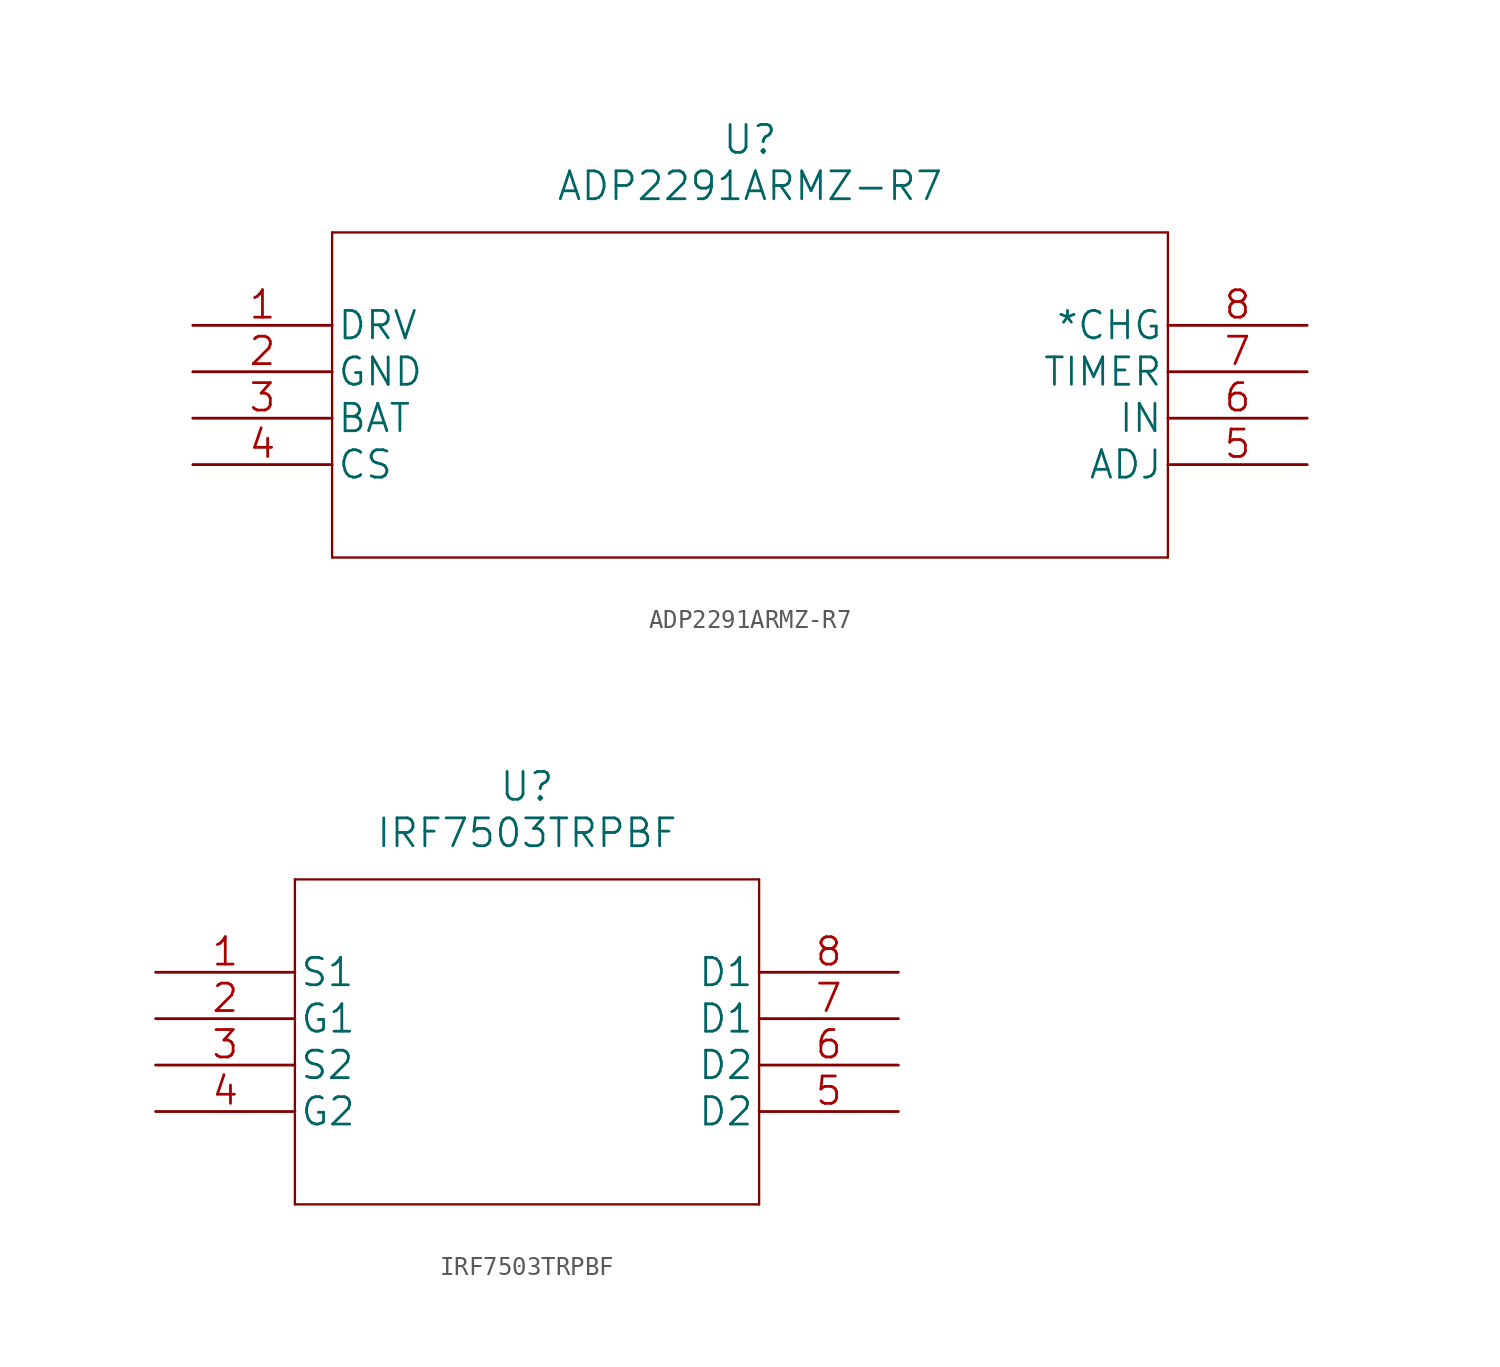
<source format=kicad_sym>
(kicad_symbol_lib
  (version 20211014)
  (generator kicad_symbol_editor)
  (symbol "ADP2291ARMZ-R7"
    (pin_names
      (offset 0.254))
    (property "Reference" "U"
      (at 30.48 10.16 0)
      (effects (font (size 1.524 1.524))))
    (property "Value" "ADP2291ARMZ-R7"
      (at 30.48 7.62 0)
      (effects (font (size 1.524 1.524))))
    (property "Datasheet" ""
      (at 0 0 0)
      (effects (font (size 1.524 1.524))))
    (property "ki_locked" ""
      (at 0 0 0)
      (effects (font (size 1.27 1.27))))
    (symbol "ADP2291ARMZ-R7_1_1"
      (polyline (pts (xy 7.62 -12.7) (xy 53.34 -12.7)) (stroke (width 0.127) (type default) (color 0 0 0 0)) (fill (type none)))
      (polyline (pts (xy 7.62 5.08) (xy 7.62 -12.7)) (stroke (width 0.127) (type default) (color 0 0 0 0)) (fill (type none)))
      (polyline (pts (xy 53.34 -12.7) (xy 53.34 5.08)) (stroke (width 0.127) (type default) (color 0 0 0 0)) (fill (type none)))
      (polyline (pts (xy 53.34 5.08) (xy 7.62 5.08)) (stroke (width 0.127) (type default) (color 0 0 0 0)) (fill (type none)))
      (pin output line (at 0 0 0) (length 7.62) (name "DRV" (effects (font (size 1.499 1.499)))) (number "1" (effects (font (size 1.499 1.499)))))
      (pin power_in line (at 0 -2.54 0) (length 7.62) (name "GND" (effects (font (size 1.499 1.499)))) (number "2" (effects (font (size 1.499 1.499)))))
      (pin input line (at 0 -5.08 0) (length 7.62) (name "BAT" (effects (font (size 1.499 1.499)))) (number "3" (effects (font (size 1.499 1.499)))))
      (pin input line (at 0 -7.62 0) (length 7.62) (name "CS" (effects (font (size 1.499 1.499)))) (number "4" (effects (font (size 1.499 1.499)))))
      (pin input line (at 60.96 -7.62 180) (length 7.62) (name "ADJ" (effects (font (size 1.499 1.499)))) (number "5" (effects (font (size 1.499 1.499)))))
      (pin input line (at 60.96 -5.08 180) (length 7.62) (name "IN" (effects (font (size 1.499 1.499)))) (number "6" (effects (font (size 1.499 1.499)))))
      (pin input line (at 60.96 -2.54 180) (length 7.62) (name "TIMER" (effects (font (size 1.499 1.499)))) (number "7" (effects (font (size 1.499 1.499)))))
      (pin output line (at 60.96 0 180) (length 7.62) (name "*CHG" (effects (font (size 1.499 1.499)))) (number "8" (effects (font (size 1.499 1.499)))))))
  (symbol "IRF7503TRPBF"
    (pin_names
      (offset 0.254))
    (property "Reference" "U"
      (at 20.32 10.16 0)
      (effects (font (size 1.524 1.524))))
    (property "Value" "IRF7503TRPBF"
      (at 20.32 7.62 0)
      (effects (font (size 1.524 1.524))))
    (property "Datasheet" ""
      (at 0 0 0)
      (effects (font (size 1.524 1.524))))
    (property "ki_locked" ""
      (at 0 0 0)
      (effects (font (size 1.27 1.27))))
    (symbol "IRF7503TRPBF_1_1"
      (polyline (pts (xy 7.62 -12.7) (xy 33.02 -12.7)) (stroke (width 0.127) (type default) (color 0 0 0 0)) (fill (type none)))
      (polyline (pts (xy 7.62 5.08) (xy 7.62 -12.7)) (stroke (width 0.127) (type default) (color 0 0 0 0)) (fill (type none)))
      (polyline (pts (xy 33.02 -12.7) (xy 33.02 5.08)) (stroke (width 0.127) (type default) (color 0 0 0 0)) (fill (type none)))
      (polyline (pts (xy 33.02 5.08) (xy 7.62 5.08)) (stroke (width 0.127) (type default) (color 0 0 0 0)) (fill (type none)))
      (pin unspecified line (at 0 0 0) (length 7.62) (name "S1" (effects (font (size 1.499 1.499)))) (number "1" (effects (font (size 1.499 1.499)))))
      (pin unspecified line (at 0 -2.54 0) (length 7.62) (name "G1" (effects (font (size 1.499 1.499)))) (number "2" (effects (font (size 1.499 1.499)))))
      (pin unspecified line (at 0 -5.08 0) (length 7.62) (name "S2" (effects (font (size 1.499 1.499)))) (number "3" (effects (font (size 1.499 1.499)))))
      (pin unspecified line (at 0 -7.62 0) (length 7.62) (name "G2" (effects (font (size 1.499 1.499)))) (number "4" (effects (font (size 1.499 1.499)))))
      (pin unspecified line (at 40.64 -7.62 180) (length 7.62) (name "D2" (effects (font (size 1.499 1.499)))) (number "5" (effects (font (size 1.499 1.499)))))
      (pin unspecified line (at 40.64 -5.08 180) (length 7.62) (name "D2" (effects (font (size 1.499 1.499)))) (number "6" (effects (font (size 1.499 1.499)))))
      (pin unspecified line (at 40.64 -2.54 180) (length 7.62) (name "D1" (effects (font (size 1.499 1.499)))) (number "7" (effects (font (size 1.499 1.499)))))
      (pin unspecified line (at 40.64 0 180) (length 7.62) (name "D1" (effects (font (size 1.499 1.499)))) (number "8" (effects (font (size 1.499 1.499))))))))
</source>
